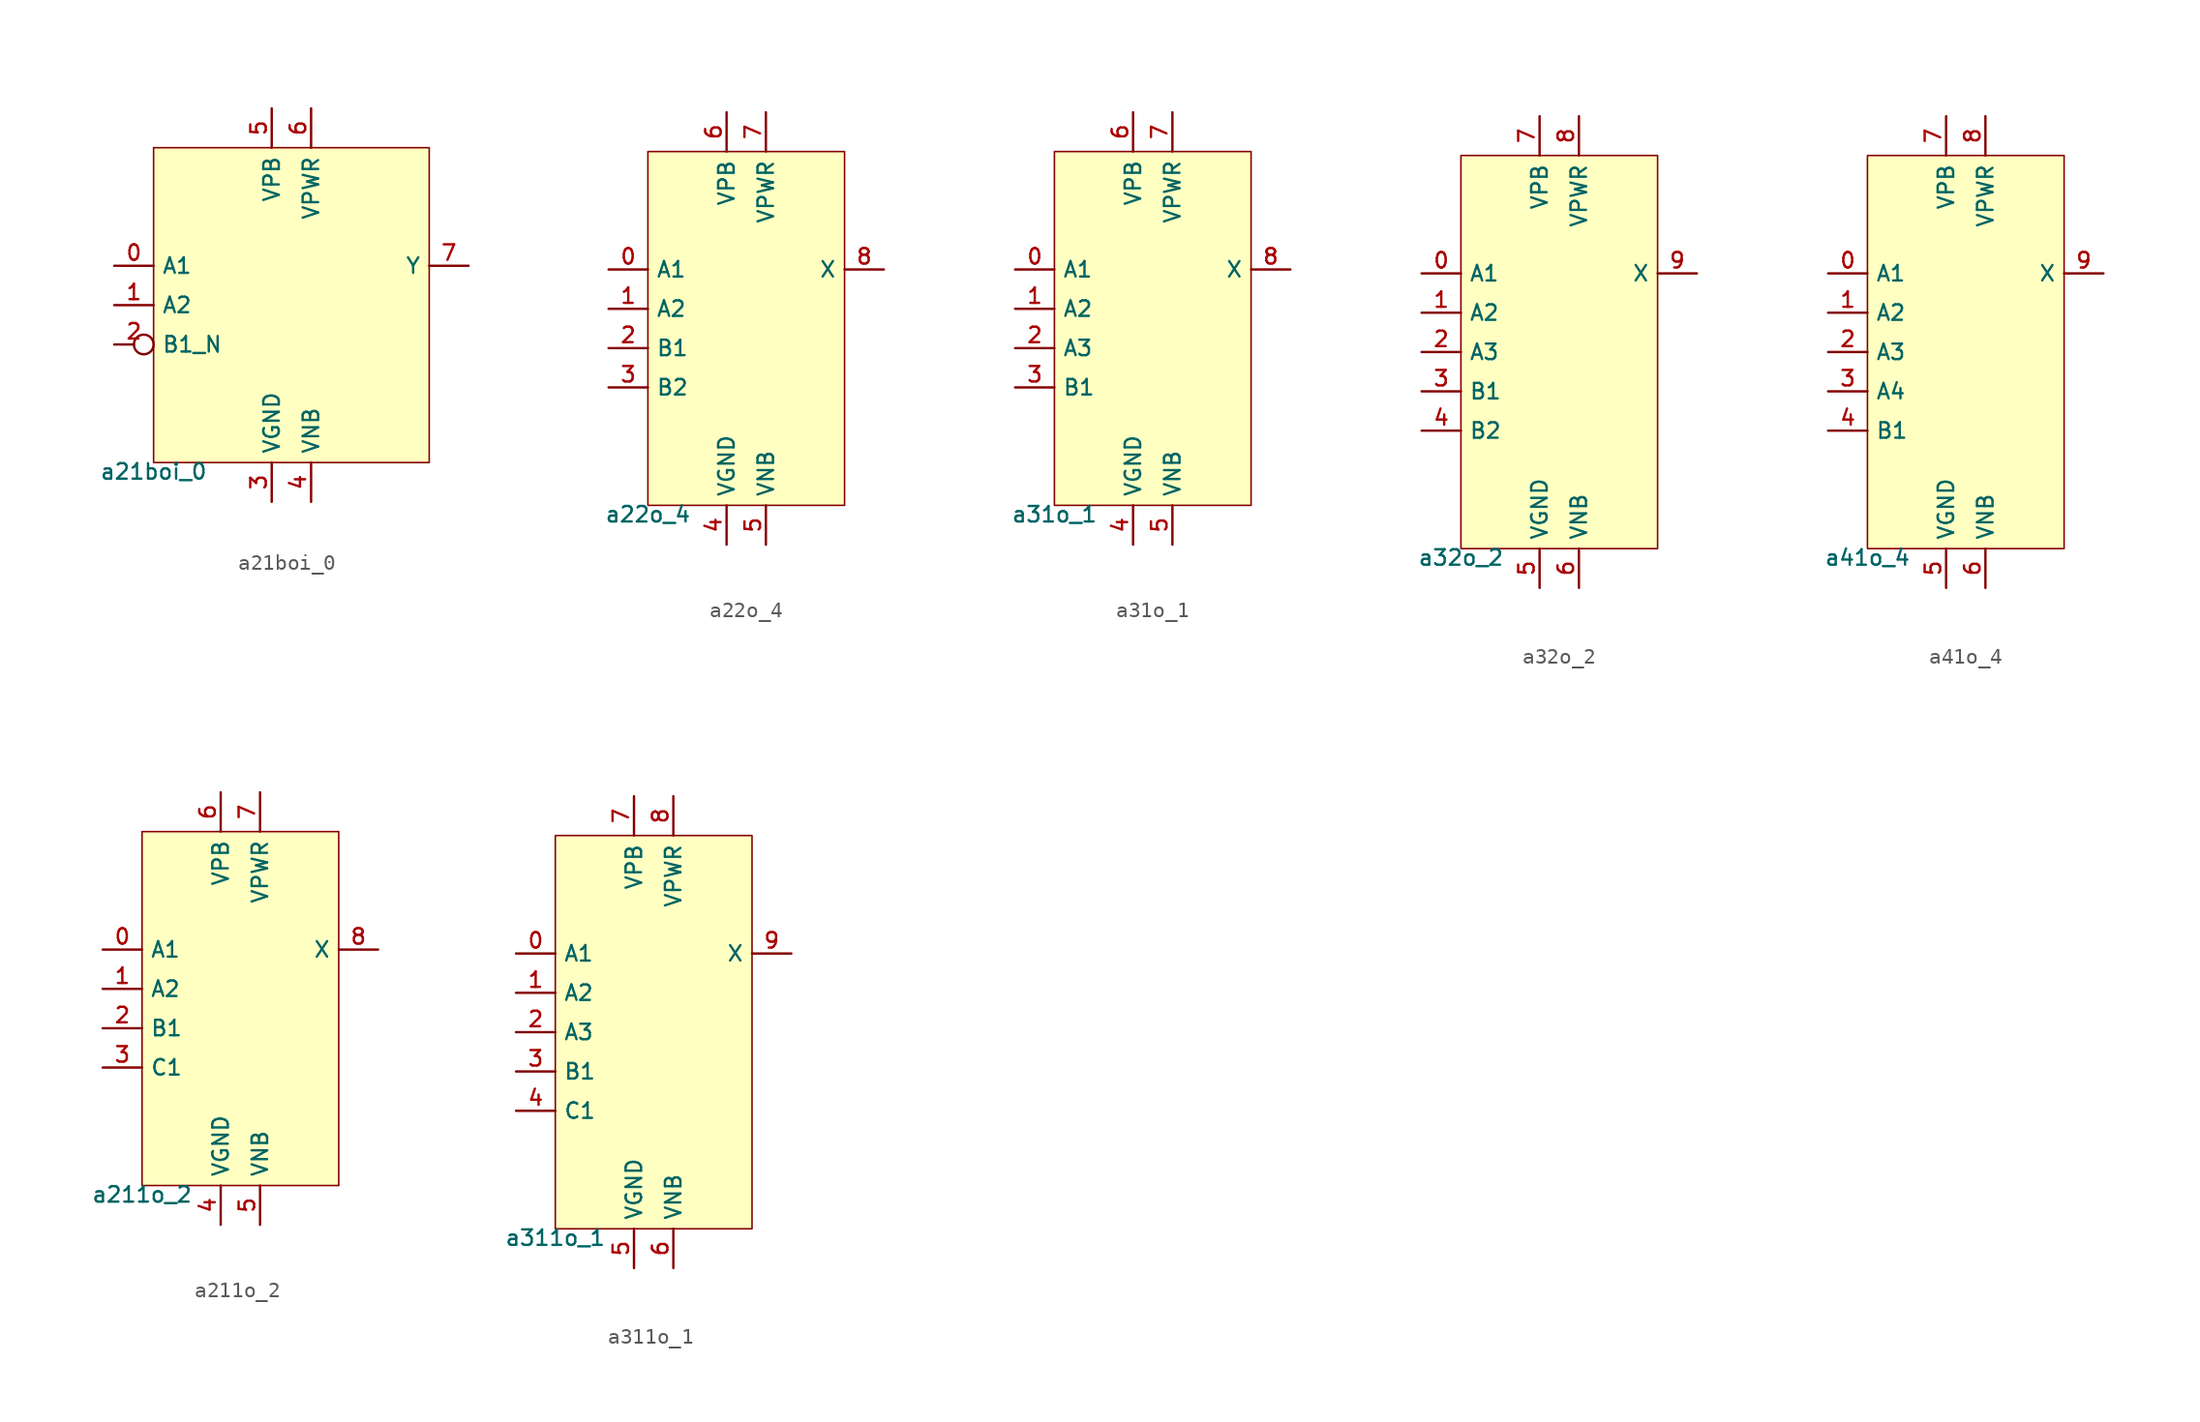
<source format=kicad_sym>
(kicad_symbol_lib
  (version 20211014)
  (generator pdk2kicad)
  (symbol "a21boi_0"
    (property "Reference" "X"
      (at 0 0 0)
      (effects (font (size 1 1)) hide))
    (property "Value" "a21boi_0"
      (at -8.89 -10.16 0)
      (effects (font (size 1 1)) (justify top)))
    (rectangle
      (start -8.89 -10.16)
      (end 8.89 10.16)
      (stroke (width 0.1) (type solid) (color 0 0 0 0))
      (fill (type background)))
    (pin input line
      (at -11.43 2.54 0)
      (length 2.54)
      (name "A1" (effects (font (size 1 1)) hide))
      (number "0" (effects (font (size 1 1)) hide)))
    (pin input line
      (at -11.43 0.0 0)
      (length 2.54)
      (name "A2" (effects (font (size 1 1)) hide))
      (number "1" (effects (font (size 1 1)) hide)))
    (pin input inverted
      (at -11.43 -2.54 0)
      (length 2.54)
      (name "B1_N" (effects (font (size 1 1)) hide))
      (number "2" (effects (font (size 1 1)) hide)))
    (pin power_in line
      (at -1.27 -12.7 90)
      (length 2.54)
      (name "VGND" (effects (font (size 1 1)) hide))
      (number "3" (effects (font (size 1 1)) hide)))
    (pin power_in line
      (at 1.27 -12.7 90)
      (length 2.54)
      (name "VNB" (effects (font (size 1 1)) hide))
      (number "4" (effects (font (size 1 1)) hide)))
    (pin power_in line
      (at -1.27 12.7 270)
      (length 2.54)
      (name "VPB" (effects (font (size 1 1)) hide))
      (number "5" (effects (font (size 1 1)) hide)))
    (pin power_in line
      (at 1.27 12.7 270)
      (length 2.54)
      (name "VPWR" (effects (font (size 1 1)) hide))
      (number "6" (effects (font (size 1 1)) hide)))
    (pin output line
      (at 11.43 2.54 180)
      (length 2.54)
      (name "Y" (effects (font (size 1 1)) hide))
      (number "7" (effects (font (size 1 1)) hide))))
  (symbol "a22o_4"
    (property "Reference" "X"
      (at 0 0 0)
      (effects (font (size 1 1)) hide))
    (property "Value" "a22o_4"
      (at -6.35 -11.43 0)
      (effects (font (size 1 1)) (justify top)))
    (rectangle
      (start -6.35 -11.43)
      (end 6.35 11.43)
      (stroke (width 0.1) (type solid) (color 0 0 0 0))
      (fill (type background)))
    (pin input line
      (at -8.89 3.81 0)
      (length 2.54)
      (name "A1" (effects (font (size 1 1)) hide))
      (number "0" (effects (font (size 1 1)) hide)))
    (pin input line
      (at -8.89 1.27 0)
      (length 2.54)
      (name "A2" (effects (font (size 1 1)) hide))
      (number "1" (effects (font (size 1 1)) hide)))
    (pin input line
      (at -8.89 -1.27 0)
      (length 2.54)
      (name "B1" (effects (font (size 1 1)) hide))
      (number "2" (effects (font (size 1 1)) hide)))
    (pin input line
      (at -8.89 -3.81 0)
      (length 2.54)
      (name "B2" (effects (font (size 1 1)) hide))
      (number "3" (effects (font (size 1 1)) hide)))
    (pin power_in line
      (at -1.27 -13.97 90)
      (length 2.54)
      (name "VGND" (effects (font (size 1 1)) hide))
      (number "4" (effects (font (size 1 1)) hide)))
    (pin power_in line
      (at 1.27 -13.97 90)
      (length 2.54)
      (name "VNB" (effects (font (size 1 1)) hide))
      (number "5" (effects (font (size 1 1)) hide)))
    (pin power_in line
      (at -1.27 13.97 270)
      (length 2.54)
      (name "VPB" (effects (font (size 1 1)) hide))
      (number "6" (effects (font (size 1 1)) hide)))
    (pin power_in line
      (at 1.27 13.97 270)
      (length 2.54)
      (name "VPWR" (effects (font (size 1 1)) hide))
      (number "7" (effects (font (size 1 1)) hide)))
    (pin output line
      (at 8.89 3.81 180)
      (length 2.54)
      (name "X" (effects (font (size 1 1)) hide))
      (number "8" (effects (font (size 1 1)) hide))))
  (symbol "a31o_1"
    (property "Reference" "X"
      (at 0 0 0)
      (effects (font (size 1 1)) hide))
    (property "Value" "a31o_1"
      (at -6.35 -11.43 0)
      (effects (font (size 1 1)) (justify top)))
    (rectangle
      (start -6.35 -11.43)
      (end 6.35 11.43)
      (stroke (width 0.1) (type solid) (color 0 0 0 0))
      (fill (type background)))
    (pin input line
      (at -8.89 3.81 0)
      (length 2.54)
      (name "A1" (effects (font (size 1 1)) hide))
      (number "0" (effects (font (size 1 1)) hide)))
    (pin input line
      (at -8.89 1.27 0)
      (length 2.54)
      (name "A2" (effects (font (size 1 1)) hide))
      (number "1" (effects (font (size 1 1)) hide)))
    (pin input line
      (at -8.89 -1.27 0)
      (length 2.54)
      (name "A3" (effects (font (size 1 1)) hide))
      (number "2" (effects (font (size 1 1)) hide)))
    (pin input line
      (at -8.89 -3.81 0)
      (length 2.54)
      (name "B1" (effects (font (size 1 1)) hide))
      (number "3" (effects (font (size 1 1)) hide)))
    (pin power_in line
      (at -1.27 -13.97 90)
      (length 2.54)
      (name "VGND" (effects (font (size 1 1)) hide))
      (number "4" (effects (font (size 1 1)) hide)))
    (pin power_in line
      (at 1.27 -13.97 90)
      (length 2.54)
      (name "VNB" (effects (font (size 1 1)) hide))
      (number "5" (effects (font (size 1 1)) hide)))
    (pin power_in line
      (at -1.27 13.97 270)
      (length 2.54)
      (name "VPB" (effects (font (size 1 1)) hide))
      (number "6" (effects (font (size 1 1)) hide)))
    (pin power_in line
      (at 1.27 13.97 270)
      (length 2.54)
      (name "VPWR" (effects (font (size 1 1)) hide))
      (number "7" (effects (font (size 1 1)) hide)))
    (pin output line
      (at 8.89 3.81 180)
      (length 2.54)
      (name "X" (effects (font (size 1 1)) hide))
      (number "8" (effects (font (size 1 1)) hide))))
  (symbol "a32o_2"
    (property "Reference" "X"
      (at 0 0 0)
      (effects (font (size 1 1)) hide))
    (property "Value" "a32o_2"
      (at -6.35 -12.7 0)
      (effects (font (size 1 1)) (justify top)))
    (rectangle
      (start -6.35 -12.7)
      (end 6.35 12.7)
      (stroke (width 0.1) (type solid) (color 0 0 0 0))
      (fill (type background)))
    (pin input line
      (at -8.89 5.08 0)
      (length 2.54)
      (name "A1" (effects (font (size 1 1)) hide))
      (number "0" (effects (font (size 1 1)) hide)))
    (pin input line
      (at -8.89 2.54 0)
      (length 2.54)
      (name "A2" (effects (font (size 1 1)) hide))
      (number "1" (effects (font (size 1 1)) hide)))
    (pin input line
      (at -8.89 -8.881784197001252e-16 0)
      (length 2.54)
      (name "A3" (effects (font (size 1 1)) hide))
      (number "2" (effects (font (size 1 1)) hide)))
    (pin input line
      (at -8.89 -2.54 0)
      (length 2.54)
      (name "B1" (effects (font (size 1 1)) hide))
      (number "3" (effects (font (size 1 1)) hide)))
    (pin input line
      (at -8.89 -5.08 0)
      (length 2.54)
      (name "B2" (effects (font (size 1 1)) hide))
      (number "4" (effects (font (size 1 1)) hide)))
    (pin power_in line
      (at -1.27 -15.24 90)
      (length 2.54)
      (name "VGND" (effects (font (size 1 1)) hide))
      (number "5" (effects (font (size 1 1)) hide)))
    (pin power_in line
      (at 1.27 -15.24 90)
      (length 2.54)
      (name "VNB" (effects (font (size 1 1)) hide))
      (number "6" (effects (font (size 1 1)) hide)))
    (pin power_in line
      (at -1.27 15.24 270)
      (length 2.54)
      (name "VPB" (effects (font (size 1 1)) hide))
      (number "7" (effects (font (size 1 1)) hide)))
    (pin power_in line
      (at 1.27 15.24 270)
      (length 2.54)
      (name "VPWR" (effects (font (size 1 1)) hide))
      (number "8" (effects (font (size 1 1)) hide)))
    (pin output line
      (at 8.89 5.08 180)
      (length 2.54)
      (name "X" (effects (font (size 1 1)) hide))
      (number "9" (effects (font (size 1 1)) hide))))
  (symbol "a41o_4"
    (property "Reference" "X"
      (at 0 0 0)
      (effects (font (size 1 1)) hide))
    (property "Value" "a41o_4"
      (at -6.35 -12.7 0)
      (effects (font (size 1 1)) (justify top)))
    (rectangle
      (start -6.35 -12.7)
      (end 6.35 12.7)
      (stroke (width 0.1) (type solid) (color 0 0 0 0))
      (fill (type background)))
    (pin input line
      (at -8.89 5.08 0)
      (length 2.54)
      (name "A1" (effects (font (size 1 1)) hide))
      (number "0" (effects (font (size 1 1)) hide)))
    (pin input line
      (at -8.89 2.54 0)
      (length 2.54)
      (name "A2" (effects (font (size 1 1)) hide))
      (number "1" (effects (font (size 1 1)) hide)))
    (pin input line
      (at -8.89 -8.881784197001252e-16 0)
      (length 2.54)
      (name "A3" (effects (font (size 1 1)) hide))
      (number "2" (effects (font (size 1 1)) hide)))
    (pin input line
      (at -8.89 -2.54 0)
      (length 2.54)
      (name "A4" (effects (font (size 1 1)) hide))
      (number "3" (effects (font (size 1 1)) hide)))
    (pin input line
      (at -8.89 -5.08 0)
      (length 2.54)
      (name "B1" (effects (font (size 1 1)) hide))
      (number "4" (effects (font (size 1 1)) hide)))
    (pin power_in line
      (at -1.27 -15.24 90)
      (length 2.54)
      (name "VGND" (effects (font (size 1 1)) hide))
      (number "5" (effects (font (size 1 1)) hide)))
    (pin power_in line
      (at 1.27 -15.24 90)
      (length 2.54)
      (name "VNB" (effects (font (size 1 1)) hide))
      (number "6" (effects (font (size 1 1)) hide)))
    (pin power_in line
      (at -1.27 15.24 270)
      (length 2.54)
      (name "VPB" (effects (font (size 1 1)) hide))
      (number "7" (effects (font (size 1 1)) hide)))
    (pin power_in line
      (at 1.27 15.24 270)
      (length 2.54)
      (name "VPWR" (effects (font (size 1 1)) hide))
      (number "8" (effects (font (size 1 1)) hide)))
    (pin output line
      (at 8.89 5.08 180)
      (length 2.54)
      (name "X" (effects (font (size 1 1)) hide))
      (number "9" (effects (font (size 1 1)) hide))))
  (symbol "a211o_2"
    (property "Reference" "X"
      (at 0 0 0)
      (effects (font (size 1 1)) hide))
    (property "Value" "a211o_2"
      (at -6.35 -11.43 0)
      (effects (font (size 1 1)) (justify top)))
    (rectangle
      (start -6.35 -11.43)
      (end 6.35 11.43)
      (stroke (width 0.1) (type solid) (color 0 0 0 0))
      (fill (type background)))
    (pin input line
      (at -8.89 3.81 0)
      (length 2.54)
      (name "A1" (effects (font (size 1 1)) hide))
      (number "0" (effects (font (size 1 1)) hide)))
    (pin input line
      (at -8.89 1.27 0)
      (length 2.54)
      (name "A2" (effects (font (size 1 1)) hide))
      (number "1" (effects (font (size 1 1)) hide)))
    (pin input line
      (at -8.89 -1.27 0)
      (length 2.54)
      (name "B1" (effects (font (size 1 1)) hide))
      (number "2" (effects (font (size 1 1)) hide)))
    (pin input line
      (at -8.89 -3.81 0)
      (length 2.54)
      (name "C1" (effects (font (size 1 1)) hide))
      (number "3" (effects (font (size 1 1)) hide)))
    (pin power_in line
      (at -1.27 -13.97 90)
      (length 2.54)
      (name "VGND" (effects (font (size 1 1)) hide))
      (number "4" (effects (font (size 1 1)) hide)))
    (pin power_in line
      (at 1.27 -13.97 90)
      (length 2.54)
      (name "VNB" (effects (font (size 1 1)) hide))
      (number "5" (effects (font (size 1 1)) hide)))
    (pin power_in line
      (at -1.27 13.97 270)
      (length 2.54)
      (name "VPB" (effects (font (size 1 1)) hide))
      (number "6" (effects (font (size 1 1)) hide)))
    (pin power_in line
      (at 1.27 13.97 270)
      (length 2.54)
      (name "VPWR" (effects (font (size 1 1)) hide))
      (number "7" (effects (font (size 1 1)) hide)))
    (pin output line
      (at 8.89 3.81 180)
      (length 2.54)
      (name "X" (effects (font (size 1 1)) hide))
      (number "8" (effects (font (size 1 1)) hide))))
  (symbol "a311o_1"
    (property "Reference" "X"
      (at 0 0 0)
      (effects (font (size 1 1)) hide))
    (property "Value" "a311o_1"
      (at -6.35 -12.7 0)
      (effects (font (size 1 1)) (justify top)))
    (rectangle
      (start -6.35 -12.7)
      (end 6.35 12.7)
      (stroke (width 0.1) (type solid) (color 0 0 0 0))
      (fill (type background)))
    (pin input line
      (at -8.89 5.08 0)
      (length 2.54)
      (name "A1" (effects (font (size 1 1)) hide))
      (number "0" (effects (font (size 1 1)) hide)))
    (pin input line
      (at -8.89 2.54 0)
      (length 2.54)
      (name "A2" (effects (font (size 1 1)) hide))
      (number "1" (effects (font (size 1 1)) hide)))
    (pin input line
      (at -8.89 -8.881784197001252e-16 0)
      (length 2.54)
      (name "A3" (effects (font (size 1 1)) hide))
      (number "2" (effects (font (size 1 1)) hide)))
    (pin input line
      (at -8.89 -2.54 0)
      (length 2.54)
      (name "B1" (effects (font (size 1 1)) hide))
      (number "3" (effects (font (size 1 1)) hide)))
    (pin input line
      (at -8.89 -5.08 0)
      (length 2.54)
      (name "C1" (effects (font (size 1 1)) hide))
      (number "4" (effects (font (size 1 1)) hide)))
    (pin power_in line
      (at -1.27 -15.24 90)
      (length 2.54)
      (name "VGND" (effects (font (size 1 1)) hide))
      (number "5" (effects (font (size 1 1)) hide)))
    (pin power_in line
      (at 1.27 -15.24 90)
      (length 2.54)
      (name "VNB" (effects (font (size 1 1)) hide))
      (number "6" (effects (font (size 1 1)) hide)))
    (pin power_in line
      (at -1.27 15.24 270)
      (length 2.54)
      (name "VPB" (effects (font (size 1 1)) hide))
      (number "7" (effects (font (size 1 1)) hide)))
    (pin power_in line
      (at 1.27 15.24 270)
      (length 2.54)
      (name "VPWR" (effects (font (size 1 1)) hide))
      (number "8" (effects (font (size 1 1)) hide)))
    (pin output line
      (at 8.89 5.08 180)
      (length 2.54)
      (name "X" (effects (font (size 1 1)) hide))
      (number "9" (effects (font (size 1 1)) hide)))))
</source>
